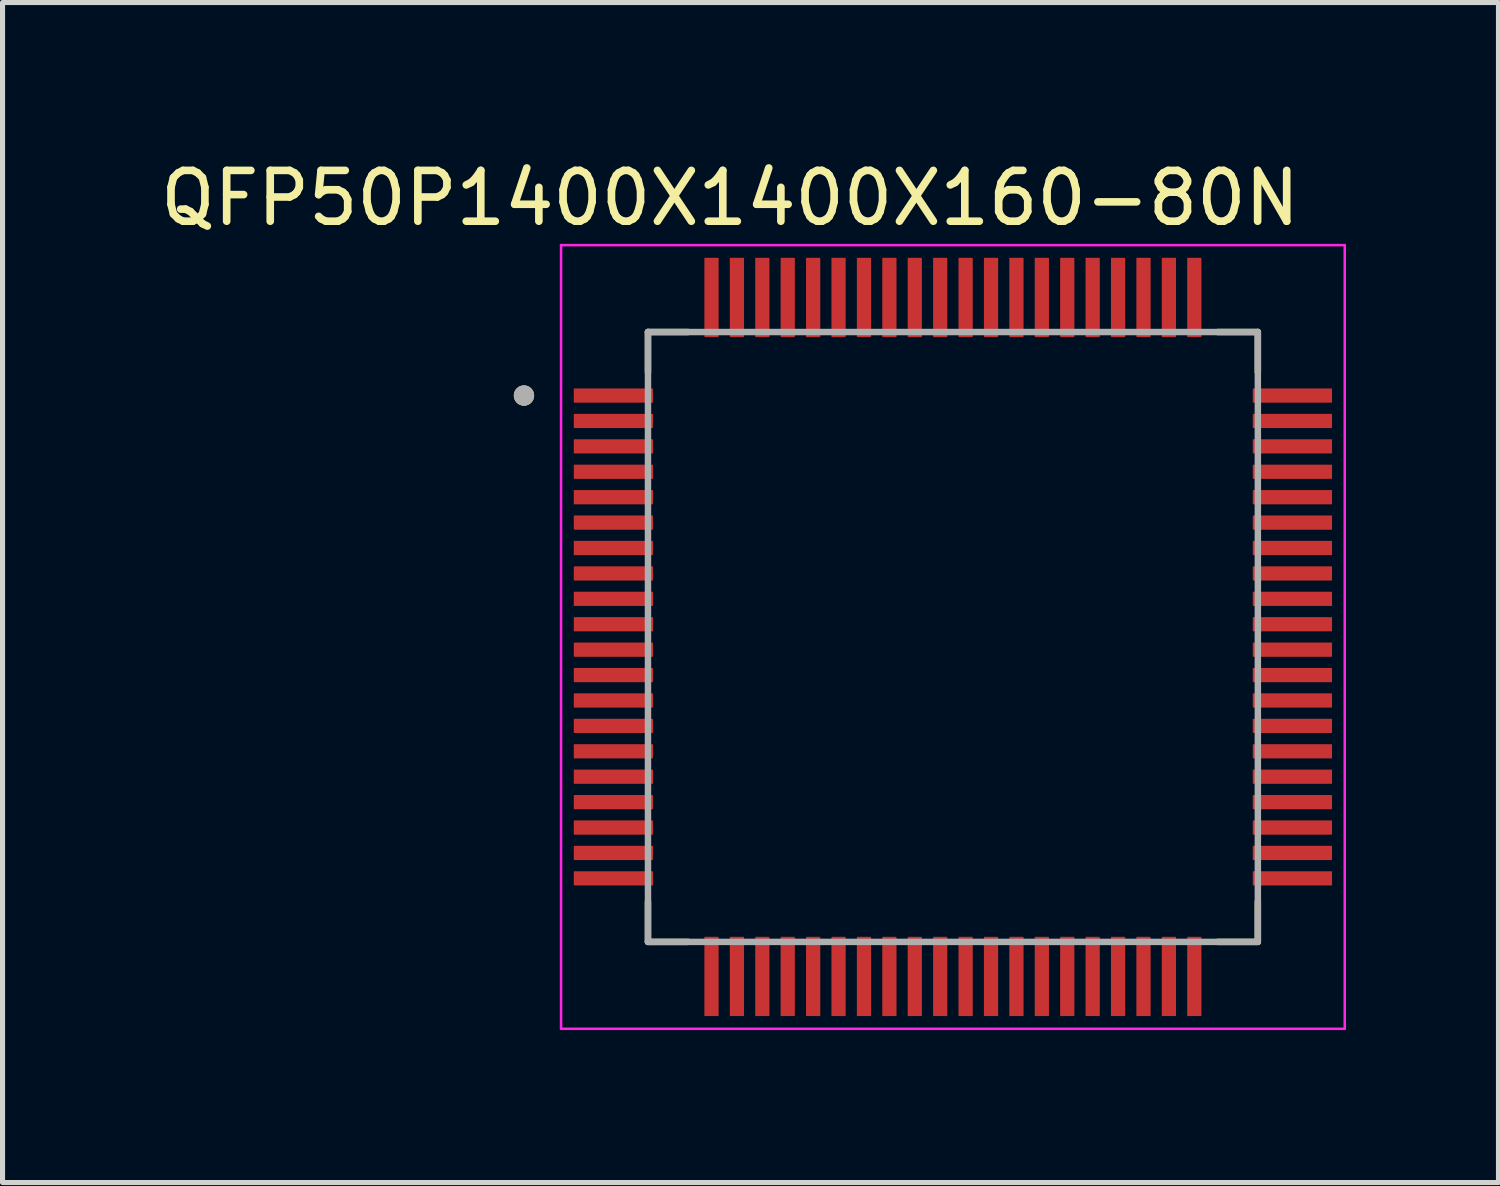
<source format=kicad_pcb>
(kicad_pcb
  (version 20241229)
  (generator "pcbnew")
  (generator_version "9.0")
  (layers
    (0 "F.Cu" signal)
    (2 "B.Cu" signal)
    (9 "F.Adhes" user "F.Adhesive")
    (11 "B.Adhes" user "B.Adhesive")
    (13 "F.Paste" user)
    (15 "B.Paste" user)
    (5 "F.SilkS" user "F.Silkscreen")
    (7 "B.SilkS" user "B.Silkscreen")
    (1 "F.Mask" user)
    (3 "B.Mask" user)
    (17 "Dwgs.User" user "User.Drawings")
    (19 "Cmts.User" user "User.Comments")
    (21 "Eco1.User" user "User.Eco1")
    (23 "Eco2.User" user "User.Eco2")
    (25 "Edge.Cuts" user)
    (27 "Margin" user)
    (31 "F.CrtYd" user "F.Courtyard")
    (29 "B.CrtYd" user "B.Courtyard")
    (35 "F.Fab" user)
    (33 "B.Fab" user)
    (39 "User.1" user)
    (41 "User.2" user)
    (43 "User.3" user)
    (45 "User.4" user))
  (footprint "QFP50P1400X1400X160-80N"
    (layer "F.Cu")
    (at 15.7 9.483)
    (property "Reference" "QFP50P1400X1400X160-80N" (at -4.385 -8.635 0) (layer "F.SilkS") (effects (font (size 1 1) (thickness 0.15))))
    (attr through_hole)
    (fp_line (start -6 -6) (end -6 -5.21) (stroke (width 0.127) (type solid)) (layer "F.SilkS"))
    (fp_line (start -6 -6) (end -5.21 -6) (stroke (width 0.127) (type solid)) (layer "F.SilkS"))
    (fp_line (start -6 6) (end -6 5.21) (stroke (width 0.127) (type solid)) (layer "F.SilkS"))
    (fp_line (start -6 6) (end -5.21 6) (stroke (width 0.127) (type solid)) (layer "F.SilkS"))
    (fp_line (start 6 -6) (end 5.21 -6) (stroke (width 0.127) (type solid)) (layer "F.SilkS"))
    (fp_line (start 6 -6) (end 6 -5.21) (stroke (width 0.127) (type solid)) (layer "F.SilkS"))
    (fp_line (start 6 6) (end 5.21 6) (stroke (width 0.127) (type solid)) (layer "F.SilkS"))
    (fp_line (start 6 6) (end 6 5.21) (stroke (width 0.127) (type solid)) (layer "F.SilkS"))
    (fp_circle (center -8.44 -4.75) (end -8.34 -4.75) (stroke (width 0.2) (type solid)) (fill no) (layer "F.SilkS"))
    (fp_line (start -7.71 -7.71) (end 7.71 -7.71) (stroke (width 0.05) (type solid)) (layer "F.CrtYd"))
    (fp_line (start -7.71 7.71) (end -7.71 -7.71) (stroke (width 0.05) (type solid)) (layer "F.CrtYd"))
    (fp_line (start -7.71 7.71) (end 7.71 7.71) (stroke (width 0.05) (type solid)) (layer "F.CrtYd"))
    (fp_line (start 7.71 7.71) (end 7.71 -7.71) (stroke (width 0.05) (type solid)) (layer "F.CrtYd"))
    (fp_line (start -6 6) (end -6 -6) (stroke (width 0.127) (type solid)) (layer "F.Fab"))
    (fp_line (start 6 -6) (end -6 -6) (stroke (width 0.127) (type solid)) (layer "F.Fab"))
    (fp_line (start 6 6) (end -6 6) (stroke (width 0.127) (type solid)) (layer "F.Fab"))
    (fp_line (start 6 6) (end 6 -6) (stroke (width 0.127) (type solid)) (layer "F.Fab"))
    (fp_circle (center -8.44 -4.75) (end -8.34 -4.75) (stroke (width 0.2) (type solid)) (fill no) (layer "F.Fab"))
    (pad "1" smd roundrect (at -6.68 -4.75) (size 1.56 0.28) (layers "F.Cu" "F.Mask" "F.Paste") (roundrect_rratio 0.04))
    (pad "2" smd roundrect (at -6.68 -4.25) (size 1.56 0.28) (layers "F.Cu" "F.Mask" "F.Paste") (roundrect_rratio 0.04))
    (pad "3" smd roundrect (at -6.68 -3.75) (size 1.56 0.28) (layers "F.Cu" "F.Mask" "F.Paste") (roundrect_rratio 0.04))
    (pad "4" smd roundrect (at -6.68 -3.25) (size 1.56 0.28) (layers "F.Cu" "F.Mask" "F.Paste") (roundrect_rratio 0.04))
    (pad "5" smd roundrect (at -6.68 -2.75) (size 1.56 0.28) (layers "F.Cu" "F.Mask" "F.Paste") (roundrect_rratio 0.04))
    (pad "6" smd roundrect (at -6.68 -2.25) (size 1.56 0.28) (layers "F.Cu" "F.Mask" "F.Paste") (roundrect_rratio 0.04))
    (pad "7" smd roundrect (at -6.68 -1.75) (size 1.56 0.28) (layers "F.Cu" "F.Mask" "F.Paste") (roundrect_rratio 0.04))
    (pad "8" smd roundrect (at -6.68 -1.25) (size 1.56 0.28) (layers "F.Cu" "F.Mask" "F.Paste") (roundrect_rratio 0.04))
    (pad "9" smd roundrect (at -6.68 -0.75) (size 1.56 0.28) (layers "F.Cu" "F.Mask" "F.Paste") (roundrect_rratio 0.04))
    (pad "10" smd roundrect (at -6.68 -0.25) (size 1.56 0.28) (layers "F.Cu" "F.Mask" "F.Paste") (roundrect_rratio 0.04))
    (pad "11" smd roundrect (at -6.68 0.25) (size 1.56 0.28) (layers "F.Cu" "F.Mask" "F.Paste") (roundrect_rratio 0.04))
    (pad "12" smd roundrect (at -6.68 0.75) (size 1.56 0.28) (layers "F.Cu" "F.Mask" "F.Paste") (roundrect_rratio 0.04))
    (pad "13" smd roundrect (at -6.68 1.25) (size 1.56 0.28) (layers "F.Cu" "F.Mask" "F.Paste") (roundrect_rratio 0.04))
    (pad "14" smd roundrect (at -6.68 1.75) (size 1.56 0.28) (layers "F.Cu" "F.Mask" "F.Paste") (roundrect_rratio 0.04))
    (pad "15" smd roundrect (at -6.68 2.25) (size 1.56 0.28) (layers "F.Cu" "F.Mask" "F.Paste") (roundrect_rratio 0.04))
    (pad "16" smd roundrect (at -6.68 2.75) (size 1.56 0.28) (layers "F.Cu" "F.Mask" "F.Paste") (roundrect_rratio 0.04))
    (pad "17" smd roundrect (at -6.68 3.25) (size 1.56 0.28) (layers "F.Cu" "F.Mask" "F.Paste") (roundrect_rratio 0.04))
    (pad "18" smd roundrect (at -6.68 3.75) (size 1.56 0.28) (layers "F.Cu" "F.Mask" "F.Paste") (roundrect_rratio 0.04))
    (pad "19" smd roundrect (at -6.68 4.25) (size 1.56 0.28) (layers "F.Cu" "F.Mask" "F.Paste") (roundrect_rratio 0.04))
    (pad "20" smd roundrect (at -6.68 4.75) (size 1.56 0.28) (layers "F.Cu" "F.Mask" "F.Paste") (roundrect_rratio 0.04))
    (pad "21" smd roundrect (at -4.75 6.68) (size 0.28 1.56) (layers "F.Cu" "F.Mask" "F.Paste") (roundrect_rratio 0.04))
    (pad "22" smd roundrect (at -4.25 6.68) (size 0.28 1.56) (layers "F.Cu" "F.Mask" "F.Paste") (roundrect_rratio 0.04))
    (pad "23" smd roundrect (at -3.75 6.68) (size 0.28 1.56) (layers "F.Cu" "F.Mask" "F.Paste") (roundrect_rratio 0.04))
    (pad "24" smd roundrect (at -3.25 6.68) (size 0.28 1.56) (layers "F.Cu" "F.Mask" "F.Paste") (roundrect_rratio 0.04))
    (pad "25" smd roundrect (at -2.75 6.68) (size 0.28 1.56) (layers "F.Cu" "F.Mask" "F.Paste") (roundrect_rratio 0.04))
    (pad "26" smd roundrect (at -2.25 6.68) (size 0.28 1.56) (layers "F.Cu" "F.Mask" "F.Paste") (roundrect_rratio 0.04))
    (pad "27" smd roundrect (at -1.75 6.68) (size 0.28 1.56) (layers "F.Cu" "F.Mask" "F.Paste") (roundrect_rratio 0.04))
    (pad "28" smd roundrect (at -1.25 6.68) (size 0.28 1.56) (layers "F.Cu" "F.Mask" "F.Paste") (roundrect_rratio 0.04))
    (pad "29" smd roundrect (at -0.75 6.68) (size 0.28 1.56) (layers "F.Cu" "F.Mask" "F.Paste") (roundrect_rratio 0.04))
    (pad "30" smd roundrect (at -0.25 6.68) (size 0.28 1.56) (layers "F.Cu" "F.Mask" "F.Paste") (roundrect_rratio 0.04))
    (pad "31" smd roundrect (at 0.25 6.68) (size 0.28 1.56) (layers "F.Cu" "F.Mask" "F.Paste") (roundrect_rratio 0.04))
    (pad "32" smd roundrect (at 0.75 6.68) (size 0.28 1.56) (layers "F.Cu" "F.Mask" "F.Paste") (roundrect_rratio 0.04))
    (pad "33" smd roundrect (at 1.25 6.68) (size 0.28 1.56) (layers "F.Cu" "F.Mask" "F.Paste") (roundrect_rratio 0.04))
    (pad "34" smd roundrect (at 1.75 6.68) (size 0.28 1.56) (layers "F.Cu" "F.Mask" "F.Paste") (roundrect_rratio 0.04))
    (pad "35" smd roundrect (at 2.25 6.68) (size 0.28 1.56) (layers "F.Cu" "F.Mask" "F.Paste") (roundrect_rratio 0.04))
    (pad "36" smd roundrect (at 2.75 6.68) (size 0.28 1.56) (layers "F.Cu" "F.Mask" "F.Paste") (roundrect_rratio 0.04))
    (pad "37" smd roundrect (at 3.25 6.68) (size 0.28 1.56) (layers "F.Cu" "F.Mask" "F.Paste") (roundrect_rratio 0.04))
    (pad "38" smd roundrect (at 3.75 6.68) (size 0.28 1.56) (layers "F.Cu" "F.Mask" "F.Paste") (roundrect_rratio 0.04))
    (pad "39" smd roundrect (at 4.25 6.68) (size 0.28 1.56) (layers "F.Cu" "F.Mask" "F.Paste") (roundrect_rratio 0.04))
    (pad "40" smd roundrect (at 4.75 6.68) (size 0.28 1.56) (layers "F.Cu" "F.Mask" "F.Paste") (roundrect_rratio 0.04))
    (pad "41" smd roundrect (at 6.68 4.75) (size 1.56 0.28) (layers "F.Cu" "F.Mask" "F.Paste") (roundrect_rratio 0.04))
    (pad "42" smd roundrect (at 6.68 4.25) (size 1.56 0.28) (layers "F.Cu" "F.Mask" "F.Paste") (roundrect_rratio 0.04))
    (pad "43" smd roundrect (at 6.68 3.75) (size 1.56 0.28) (layers "F.Cu" "F.Mask" "F.Paste") (roundrect_rratio 0.04))
    (pad "44" smd roundrect (at 6.68 3.25) (size 1.56 0.28) (layers "F.Cu" "F.Mask" "F.Paste") (roundrect_rratio 0.04))
    (pad "45" smd roundrect (at 6.68 2.75) (size 1.56 0.28) (layers "F.Cu" "F.Mask" "F.Paste") (roundrect_rratio 0.04))
    (pad "46" smd roundrect (at 6.68 2.25) (size 1.56 0.28) (layers "F.Cu" "F.Mask" "F.Paste") (roundrect_rratio 0.04))
    (pad "47" smd roundrect (at 6.68 1.75) (size 1.56 0.28) (layers "F.Cu" "F.Mask" "F.Paste") (roundrect_rratio 0.04))
    (pad "48" smd roundrect (at 6.68 1.25) (size 1.56 0.28) (layers "F.Cu" "F.Mask" "F.Paste") (roundrect_rratio 0.04))
    (pad "49" smd roundrect (at 6.68 0.75) (size 1.56 0.28) (layers "F.Cu" "F.Mask" "F.Paste") (roundrect_rratio 0.04))
    (pad "50" smd roundrect (at 6.68 0.25) (size 1.56 0.28) (layers "F.Cu" "F.Mask" "F.Paste") (roundrect_rratio 0.04))
    (pad "51" smd roundrect (at 6.68 -0.25) (size 1.56 0.28) (layers "F.Cu" "F.Mask" "F.Paste") (roundrect_rratio 0.04))
    (pad "52" smd roundrect (at 6.68 -0.75) (size 1.56 0.28) (layers "F.Cu" "F.Mask" "F.Paste") (roundrect_rratio 0.04))
    (pad "53" smd roundrect (at 6.68 -1.25) (size 1.56 0.28) (layers "F.Cu" "F.Mask" "F.Paste") (roundrect_rratio 0.04))
    (pad "54" smd roundrect (at 6.68 -1.75) (size 1.56 0.28) (layers "F.Cu" "F.Mask" "F.Paste") (roundrect_rratio 0.04))
    (pad "55" smd roundrect (at 6.68 -2.25) (size 1.56 0.28) (layers "F.Cu" "F.Mask" "F.Paste") (roundrect_rratio 0.04))
    (pad "56" smd roundrect (at 6.68 -2.75) (size 1.56 0.28) (layers "F.Cu" "F.Mask" "F.Paste") (roundrect_rratio 0.04))
    (pad "57" smd roundrect (at 6.68 -3.25) (size 1.56 0.28) (layers "F.Cu" "F.Mask" "F.Paste") (roundrect_rratio 0.04))
    (pad "58" smd roundrect (at 6.68 -3.75) (size 1.56 0.28) (layers "F.Cu" "F.Mask" "F.Paste") (roundrect_rratio 0.04))
    (pad "59" smd roundrect (at 6.68 -4.25) (size 1.56 0.28) (layers "F.Cu" "F.Mask" "F.Paste") (roundrect_rratio 0.04))
    (pad "60" smd roundrect (at 6.68 -4.75) (size 1.56 0.28) (layers "F.Cu" "F.Mask" "F.Paste") (roundrect_rratio 0.04))
    (pad "61" smd roundrect (at 4.75 -6.68) (size 0.28 1.56) (layers "F.Cu" "F.Mask" "F.Paste") (roundrect_rratio 0.04))
    (pad "62" smd roundrect (at 4.25 -6.68) (size 0.28 1.56) (layers "F.Cu" "F.Mask" "F.Paste") (roundrect_rratio 0.04))
    (pad "63" smd roundrect (at 3.75 -6.68) (size 0.28 1.56) (layers "F.Cu" "F.Mask" "F.Paste") (roundrect_rratio 0.04))
    (pad "64" smd roundrect (at 3.25 -6.68) (size 0.28 1.56) (layers "F.Cu" "F.Mask" "F.Paste") (roundrect_rratio 0.04))
    (pad "65" smd roundrect (at 2.75 -6.68) (size 0.28 1.56) (layers "F.Cu" "F.Mask" "F.Paste") (roundrect_rratio 0.04))
    (pad "66" smd roundrect (at 2.25 -6.68) (size 0.28 1.56) (layers "F.Cu" "F.Mask" "F.Paste") (roundrect_rratio 0.04))
    (pad "67" smd roundrect (at 1.75 -6.68) (size 0.28 1.56) (layers "F.Cu" "F.Mask" "F.Paste") (roundrect_rratio 0.04))
    (pad "68" smd roundrect (at 1.25 -6.68) (size 0.28 1.56) (layers "F.Cu" "F.Mask" "F.Paste") (roundrect_rratio 0.04))
    (pad "69" smd roundrect (at 0.75 -6.68) (size 0.28 1.56) (layers "F.Cu" "F.Mask" "F.Paste") (roundrect_rratio 0.04))
    (pad "70" smd roundrect (at 0.25 -6.68) (size 0.28 1.56) (layers "F.Cu" "F.Mask" "F.Paste") (roundrect_rratio 0.04))
    (pad "71" smd roundrect (at -0.25 -6.68) (size 0.28 1.56) (layers "F.Cu" "F.Mask" "F.Paste") (roundrect_rratio 0.04))
    (pad "72" smd roundrect (at -0.75 -6.68) (size 0.28 1.56) (layers "F.Cu" "F.Mask" "F.Paste") (roundrect_rratio 0.04))
    (pad "73" smd roundrect (at -1.25 -6.68) (size 0.28 1.56) (layers "F.Cu" "F.Mask" "F.Paste") (roundrect_rratio 0.04))
    (pad "74" smd roundrect (at -1.75 -6.68) (size 0.28 1.56) (layers "F.Cu" "F.Mask" "F.Paste") (roundrect_rratio 0.04))
    (pad "75" smd roundrect (at -2.25 -6.68) (size 0.28 1.56) (layers "F.Cu" "F.Mask" "F.Paste") (roundrect_rratio 0.04))
    (pad "76" smd roundrect (at -2.75 -6.68) (size 0.28 1.56) (layers "F.Cu" "F.Mask" "F.Paste") (roundrect_rratio 0.04))
    (pad "77" smd roundrect (at -3.25 -6.68) (size 0.28 1.56) (layers "F.Cu" "F.Mask" "F.Paste") (roundrect_rratio 0.04))
    (pad "78" smd roundrect (at -3.75 -6.68) (size 0.28 1.56) (layers "F.Cu" "F.Mask" "F.Paste") (roundrect_rratio 0.04))
    (pad "79" smd roundrect (at -4.25 -6.68) (size 0.28 1.56) (layers "F.Cu" "F.Mask" "F.Paste") (roundrect_rratio 0.04))
    (pad "80" smd roundrect (at -4.75 -6.68) (size 0.28 1.56) (layers "F.Cu" "F.Mask" "F.Paste") (roundrect_rratio 0.04)))
  (gr_rect
    (start -3 -3)
    (end 26.435 20.218)
    (stroke (width 0.1) (type default))
    (fill no)
    (layer "Edge.Cuts")))
</source>
